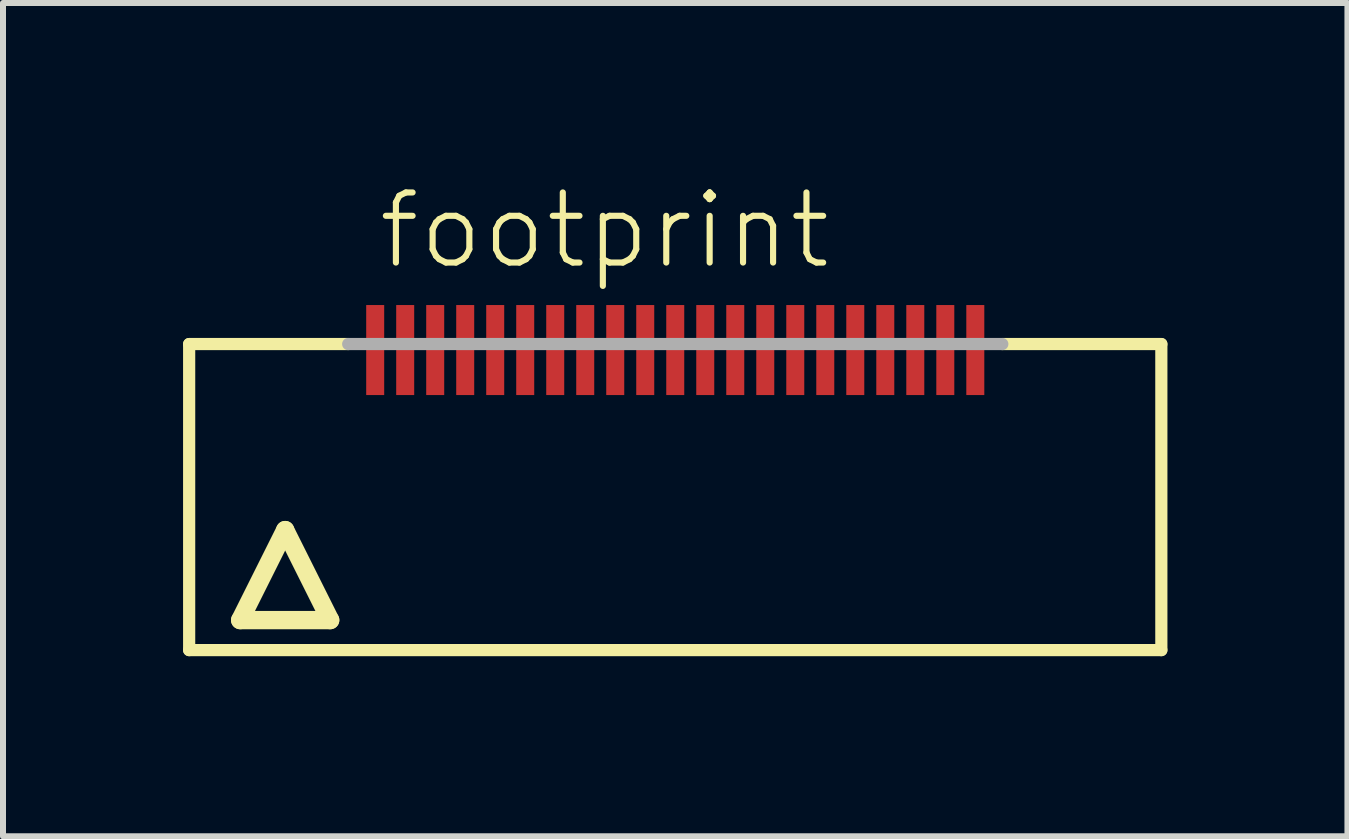
<source format=kicad_pcb>
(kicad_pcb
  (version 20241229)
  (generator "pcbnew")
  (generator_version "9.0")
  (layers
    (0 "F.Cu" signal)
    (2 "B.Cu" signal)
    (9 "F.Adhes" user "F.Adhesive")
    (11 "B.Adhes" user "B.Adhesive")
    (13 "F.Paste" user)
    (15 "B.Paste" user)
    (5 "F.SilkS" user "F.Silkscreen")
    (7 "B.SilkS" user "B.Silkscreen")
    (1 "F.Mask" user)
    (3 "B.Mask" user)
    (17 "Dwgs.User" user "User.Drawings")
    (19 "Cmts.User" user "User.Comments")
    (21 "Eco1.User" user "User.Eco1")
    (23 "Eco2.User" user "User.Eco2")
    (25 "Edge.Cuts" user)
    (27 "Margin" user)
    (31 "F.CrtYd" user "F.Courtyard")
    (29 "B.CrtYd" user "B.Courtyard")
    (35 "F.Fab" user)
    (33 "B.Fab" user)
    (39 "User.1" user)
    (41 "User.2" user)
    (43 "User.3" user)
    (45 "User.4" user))
  (footprint "footprint"
    (layer "F.Cu")
    (at 8.202 5.283)
    (property "Reference" "footprint" (at -5 -3.81 0) (layer "F.SilkS") (effects (font (size 1.168 1.168) (thickness 0.102)) (justify left bottom)))
    (fp_line (start -8.1 -2.6) (end -5.45 -2.6) (stroke (width 0.203) (type solid)) (layer "F.SilkS"))
    (fp_line (start -8.1 2.5) (end -8.1 -2.6) (stroke (width 0.203) (type solid)) (layer "F.SilkS"))
    (fp_line (start -7.25 2) (end -5.75 2) (stroke (width 0.305) (type solid)) (layer "F.SilkS"))
    (fp_line (start -6.5 0.5) (end -7.25 2) (stroke (width 0.305) (type solid)) (layer "F.SilkS"))
    (fp_line (start -5.75 2) (end -6.5 0.5) (stroke (width 0.305) (type solid)) (layer "F.SilkS"))
    (fp_line (start 5.45 -2.6) (end 8.1 -2.6) (stroke (width 0.203) (type solid)) (layer "F.SilkS"))
    (fp_line (start 8.1 -2.6) (end 8.1 2.5) (stroke (width 0.203) (type solid)) (layer "F.SilkS"))
    (fp_line (start 8.1 2.5) (end -8.1 2.5) (stroke (width 0.203) (type solid)) (layer "F.SilkS"))
    (fp_line (start -5.45 -2.6) (end 5.45 -2.6) (stroke (width 0.203) (type solid)) (layer "F.Fab"))
    (pad "1" smd rect (at -5 -2.5) (size 0.3 1.5) (layers "F.Cu" "F.Mask" "F.Paste"))
    (pad "2" smd rect (at -4.5 -2.5) (size 0.3 1.5) (layers "F.Cu" "F.Mask" "F.Paste"))
    (pad "3" smd rect (at -4 -2.5) (size 0.3 1.5) (layers "F.Cu" "F.Mask" "F.Paste"))
    (pad "4" smd rect (at -3.5 -2.5) (size 0.3 1.5) (layers "F.Cu" "F.Mask" "F.Paste"))
    (pad "5" smd rect (at -3 -2.5) (size 0.3 1.5) (layers "F.Cu" "F.Mask" "F.Paste"))
    (pad "6" smd rect (at -2.5 -2.5) (size 0.3 1.5) (layers "F.Cu" "F.Mask" "F.Paste"))
    (pad "7" smd rect (at -2 -2.5) (size 0.3 1.5) (layers "F.Cu" "F.Mask" "F.Paste"))
    (pad "8" smd rect (at -1.5 -2.5) (size 0.3 1.5) (layers "F.Cu" "F.Mask" "F.Paste"))
    (pad "9" smd rect (at -1 -2.5) (size 0.3 1.5) (layers "F.Cu" "F.Mask" "F.Paste"))
    (pad "10" smd rect (at -0.5 -2.5) (size 0.3 1.5) (layers "F.Cu" "F.Mask" "F.Paste"))
    (pad "11" smd rect (at 0 -2.5) (size 0.3 1.5) (layers "F.Cu" "F.Mask" "F.Paste"))
    (pad "12" smd rect (at 0.5 -2.5) (size 0.3 1.5) (layers "F.Cu" "F.Mask" "F.Paste"))
    (pad "13" smd rect (at 1 -2.5) (size 0.3 1.5) (layers "F.Cu" "F.Mask" "F.Paste"))
    (pad "14" smd rect (at 1.5 -2.5) (size 0.3 1.5) (layers "F.Cu" "F.Mask" "F.Paste"))
    (pad "15" smd rect (at 2 -2.5) (size 0.3 1.5) (layers "F.Cu" "F.Mask" "F.Paste"))
    (pad "16" smd rect (at 2.5 -2.5) (size 0.3 1.5) (layers "F.Cu" "F.Mask" "F.Paste"))
    (pad "17" smd rect (at 3 -2.5) (size 0.3 1.5) (layers "F.Cu" "F.Mask" "F.Paste"))
    (pad "18" smd rect (at 3.5 -2.5) (size 0.3 1.5) (layers "F.Cu" "F.Mask" "F.Paste"))
    (pad "19" smd rect (at 4 -2.5) (size 0.3 1.5) (layers "F.Cu" "F.Mask" "F.Paste"))
    (pad "20" smd rect (at 4.5 -2.5) (size 0.3 1.5) (layers "F.Cu" "F.Mask" "F.Paste"))
    (pad "21" smd rect (at 5 -2.5) (size 0.3 1.5) (layers "F.Cu" "F.Mask" "F.Paste")))
  (gr_rect
    (start -3 -3)
    (end 19.403 10.885)
    (stroke (width 0.1) (type default))
    (fill no)
    (layer "Edge.Cuts")))
</source>
